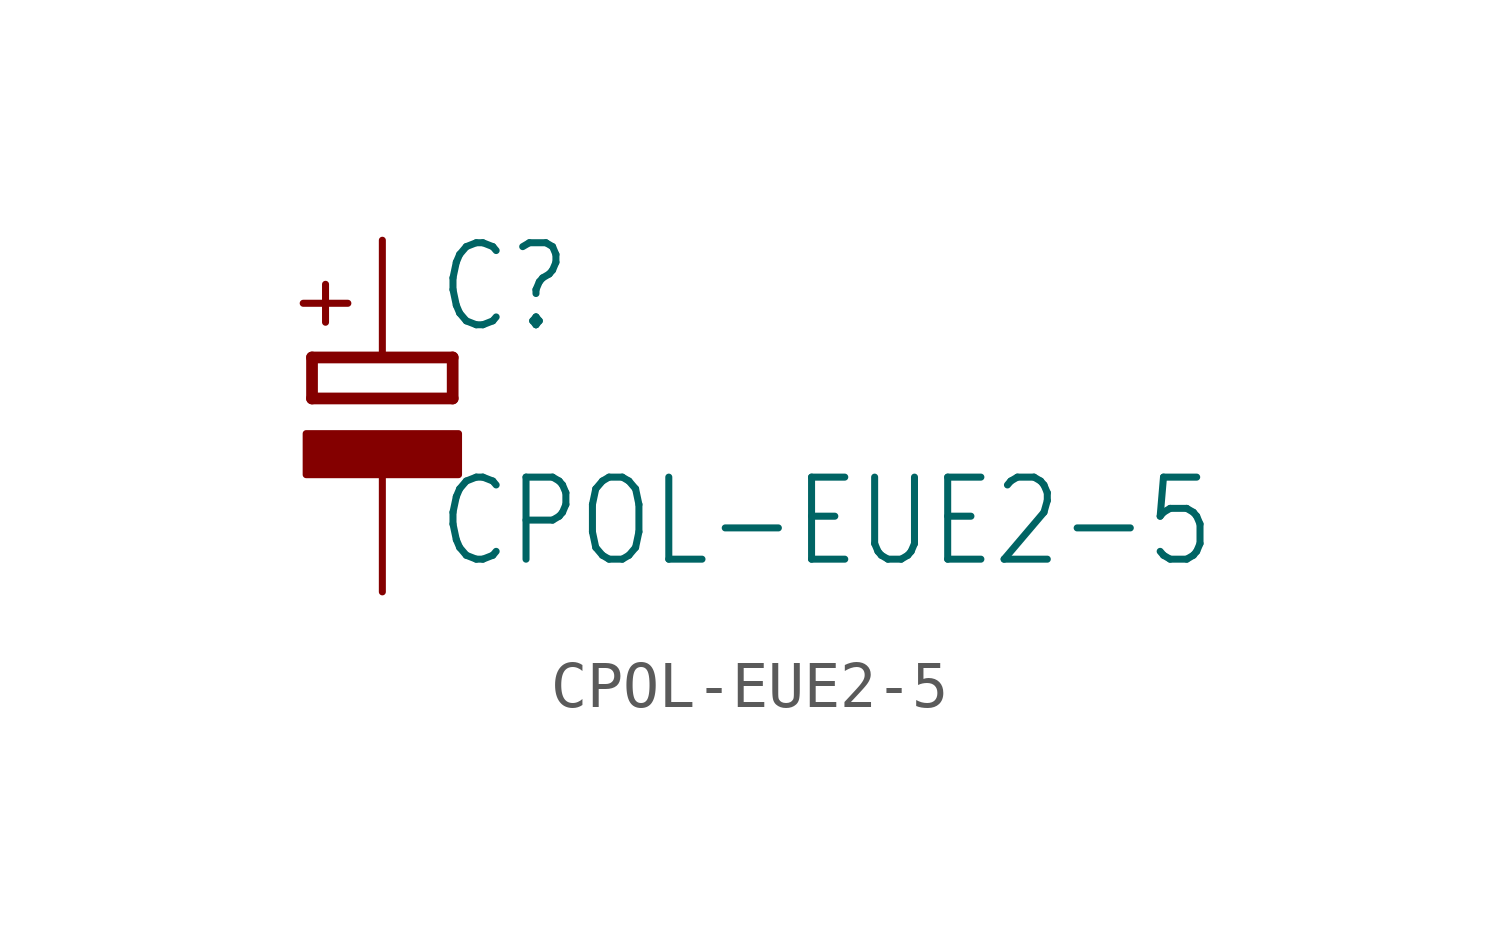
<source format=kicad_sym>
(kicad_symbol_lib
  (version 20220914)
  (generator kicad_symbol_editor)
  (symbol "CPOL-EUE2-5"
    (property "Reference" "C"
      (at 1.143 0.483 0)
      (effects (font (size 1.778 1.511)) (justify left bottom)))
    (property "Value" "CPOL-EUE2-5"
      (at 1.143 -4.597 0)
      (effects (font (size 1.778 1.511)) (justify left bottom)))
    (property "ki_locked" ""
      (at 0 0 0)
      (effects (font (size 1.27 1.27))))
    (symbol "CPOL-EUE2-5_1_0"
      (rectangle (start -1.651 -2.54) (end 1.651 -1.651) (stroke (width 0) (type default)) (fill (type outline)))
      (polyline (pts (xy -1.524 -0.889) (xy 1.524 -0.889)) (stroke (width 0.254) (type default)) (fill (type none)))
      (polyline (pts (xy -1.524 0) (xy -1.524 -0.889)) (stroke (width 0.254) (type default)) (fill (type none)))
      (polyline (pts (xy -1.524 0) (xy 1.524 0)) (stroke (width 0.254) (type default)) (fill (type none)))
      (polyline (pts (xy 1.524 -0.889) (xy 1.524 0)) (stroke (width 0.254) (type default)) (fill (type none)))
      (text "+" (at -0.584 0.406 900) (effects (font (size 1.27 1.079)) (justify left bottom)))
      (pin passive line (at 0 2.54 270) (length 2.54) (name "+" (effects (font (size 0 0)))) (number "+" (effects (font (size 0 0)))))
      (pin passive line (at 0 -5.08 90) (length 2.54) (name "-" (effects (font (size 0 0)))) (number "-" (effects (font (size 0 0))))))))
</source>
